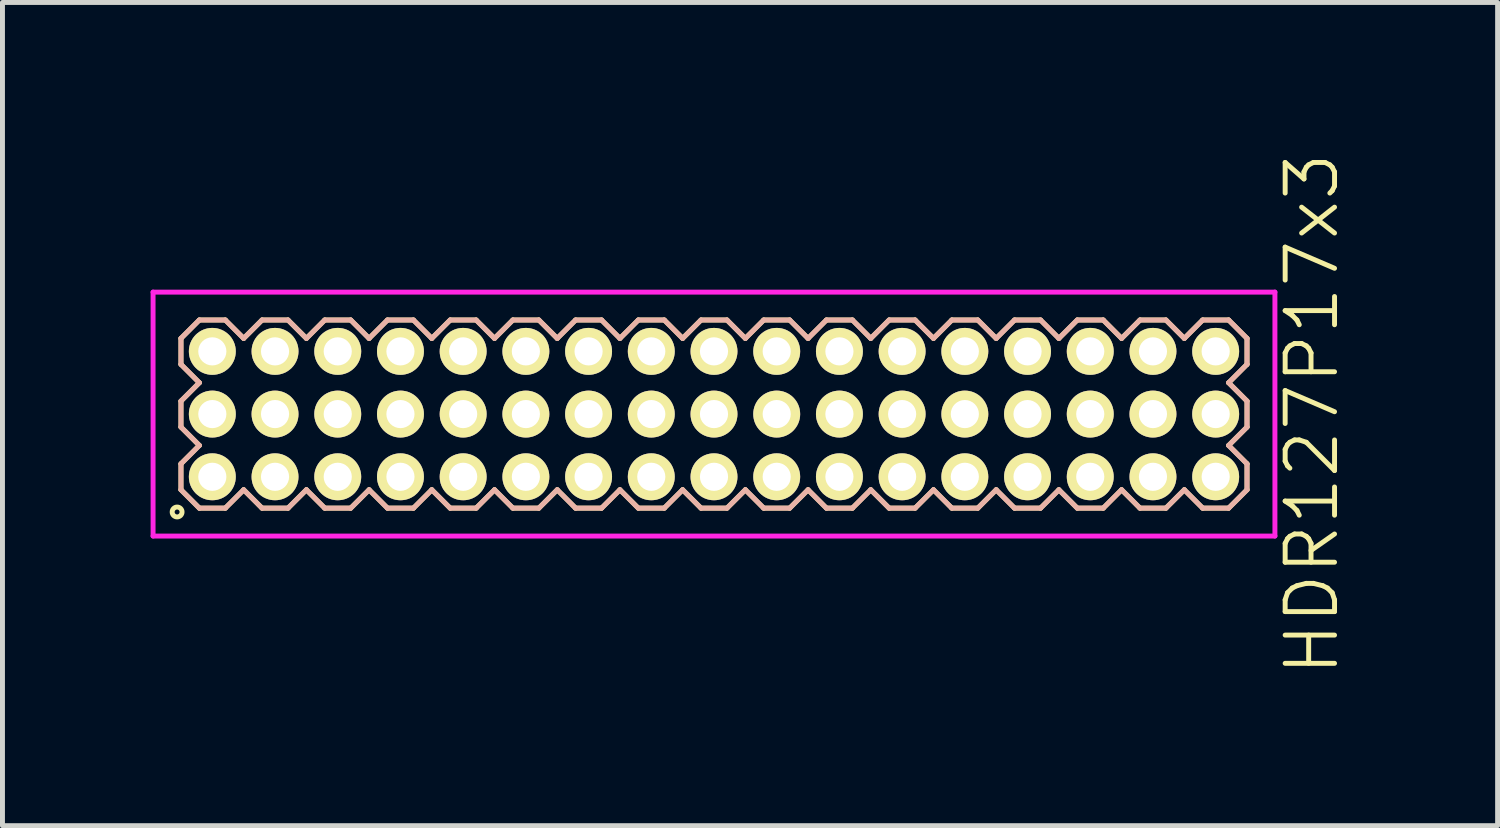
<source format=kicad_pcb>
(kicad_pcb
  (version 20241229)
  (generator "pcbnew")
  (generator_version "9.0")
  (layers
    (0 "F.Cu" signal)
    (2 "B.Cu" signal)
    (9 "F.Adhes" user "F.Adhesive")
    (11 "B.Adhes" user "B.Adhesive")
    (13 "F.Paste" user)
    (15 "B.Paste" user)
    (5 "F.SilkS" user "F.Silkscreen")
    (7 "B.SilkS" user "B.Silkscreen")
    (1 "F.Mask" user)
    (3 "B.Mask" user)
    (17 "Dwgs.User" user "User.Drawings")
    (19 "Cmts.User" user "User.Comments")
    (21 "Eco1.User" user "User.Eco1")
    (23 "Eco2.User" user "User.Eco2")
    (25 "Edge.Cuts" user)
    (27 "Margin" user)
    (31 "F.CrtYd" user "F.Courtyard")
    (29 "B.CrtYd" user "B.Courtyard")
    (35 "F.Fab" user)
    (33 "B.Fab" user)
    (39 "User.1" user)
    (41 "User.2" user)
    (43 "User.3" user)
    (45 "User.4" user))
  (footprint "HDR127P17x3"
    (layer "F.Cu")
    (at 11.41 5.336)
    (property "Reference" "HDR127P17x3" (at 12.11 0 90) (layer "F.SilkS") (effects (font (size 1 1) (thickness 0.1))))
    (attr through_hole)
    (fp_line (start -10.795 -1.533) (end -10.423 -1.905) (stroke (width 0.1) (type solid)) (layer "F.SilkS"))
    (fp_line (start -10.795 -1.007) (end -10.795 -1.533) (stroke (width 0.1) (type solid)) (layer "F.SilkS"))
    (fp_line (start -10.795 -0.263) (end -10.423 -0.635) (stroke (width 0.1) (type solid)) (layer "F.SilkS"))
    (fp_line (start -10.795 0.263) (end -10.795 -0.263) (stroke (width 0.1) (type solid)) (layer "F.SilkS"))
    (fp_line (start -10.795 1.007) (end -10.423 0.635) (stroke (width 0.1) (type solid)) (layer "F.SilkS"))
    (fp_line (start -10.795 1.533) (end -10.795 1.007) (stroke (width 0.1) (type solid)) (layer "F.SilkS"))
    (fp_line (start -10.423 -1.905) (end -9.897 -1.905) (stroke (width 0.1) (type solid)) (layer "F.SilkS"))
    (fp_line (start -10.423 -0.635) (end -10.795 -1.007) (stroke (width 0.1) (type solid)) (layer "F.SilkS"))
    (fp_line (start -10.423 0.635) (end -10.795 0.263) (stroke (width 0.1) (type solid)) (layer "F.SilkS"))
    (fp_line (start -10.423 1.905) (end -10.795 1.533) (stroke (width 0.1) (type solid)) (layer "F.SilkS"))
    (fp_line (start -9.897 -1.905) (end -9.525 -1.533) (stroke (width 0.1) (type solid)) (layer "F.SilkS"))
    (fp_line (start -9.897 1.905) (end -10.423 1.905) (stroke (width 0.1) (type solid)) (layer "F.SilkS"))
    (fp_line (start -9.525 -1.533) (end -9.153 -1.905) (stroke (width 0.1) (type solid)) (layer "F.SilkS"))
    (fp_line (start -9.525 1.533) (end -9.897 1.905) (stroke (width 0.1) (type solid)) (layer "F.SilkS"))
    (fp_line (start -9.153 -1.905) (end -8.627 -1.905) (stroke (width 0.1) (type solid)) (layer "F.SilkS"))
    (fp_line (start -9.153 1.905) (end -9.525 1.533) (stroke (width 0.1) (type solid)) (layer "F.SilkS"))
    (fp_line (start -8.627 -1.905) (end -8.255 -1.533) (stroke (width 0.1) (type solid)) (layer "F.SilkS"))
    (fp_line (start -8.627 1.905) (end -9.153 1.905) (stroke (width 0.1) (type solid)) (layer "F.SilkS"))
    (fp_line (start -8.255 -1.533) (end -7.883 -1.905) (stroke (width 0.1) (type solid)) (layer "F.SilkS"))
    (fp_line (start -8.255 1.533) (end -8.627 1.905) (stroke (width 0.1) (type solid)) (layer "F.SilkS"))
    (fp_line (start -7.883 -1.905) (end -7.357 -1.905) (stroke (width 0.1) (type solid)) (layer "F.SilkS"))
    (fp_line (start -7.883 1.905) (end -8.255 1.533) (stroke (width 0.1) (type solid)) (layer "F.SilkS"))
    (fp_line (start -7.357 -1.905) (end -6.985 -1.533) (stroke (width 0.1) (type solid)) (layer "F.SilkS"))
    (fp_line (start -7.357 1.905) (end -7.883 1.905) (stroke (width 0.1) (type solid)) (layer "F.SilkS"))
    (fp_line (start -6.985 -1.533) (end -6.613 -1.905) (stroke (width 0.1) (type solid)) (layer "F.SilkS"))
    (fp_line (start -6.985 1.533) (end -7.357 1.905) (stroke (width 0.1) (type solid)) (layer "F.SilkS"))
    (fp_line (start -6.613 -1.905) (end -6.087 -1.905) (stroke (width 0.1) (type solid)) (layer "F.SilkS"))
    (fp_line (start -6.613 1.905) (end -6.985 1.533) (stroke (width 0.1) (type solid)) (layer "F.SilkS"))
    (fp_line (start -6.087 -1.905) (end -5.715 -1.533) (stroke (width 0.1) (type solid)) (layer "F.SilkS"))
    (fp_line (start -6.087 1.905) (end -6.613 1.905) (stroke (width 0.1) (type solid)) (layer "F.SilkS"))
    (fp_line (start -5.715 -1.533) (end -5.343 -1.905) (stroke (width 0.1) (type solid)) (layer "F.SilkS"))
    (fp_line (start -5.715 1.533) (end -6.087 1.905) (stroke (width 0.1) (type solid)) (layer "F.SilkS"))
    (fp_line (start -5.343 -1.905) (end -4.817 -1.905) (stroke (width 0.1) (type solid)) (layer "F.SilkS"))
    (fp_line (start -5.343 1.905) (end -5.715 1.533) (stroke (width 0.1) (type solid)) (layer "F.SilkS"))
    (fp_line (start -4.817 -1.905) (end -4.445 -1.533) (stroke (width 0.1) (type solid)) (layer "F.SilkS"))
    (fp_line (start -4.817 1.905) (end -5.343 1.905) (stroke (width 0.1) (type solid)) (layer "F.SilkS"))
    (fp_line (start -4.445 -1.533) (end -4.073 -1.905) (stroke (width 0.1) (type solid)) (layer "F.SilkS"))
    (fp_line (start -4.445 1.533) (end -4.817 1.905) (stroke (width 0.1) (type solid)) (layer "F.SilkS"))
    (fp_line (start -4.073 -1.905) (end -3.547 -1.905) (stroke (width 0.1) (type solid)) (layer "F.SilkS"))
    (fp_line (start -4.073 1.905) (end -4.445 1.533) (stroke (width 0.1) (type solid)) (layer "F.SilkS"))
    (fp_line (start -3.547 -1.905) (end -3.175 -1.533) (stroke (width 0.1) (type solid)) (layer "F.SilkS"))
    (fp_line (start -3.547 1.905) (end -4.073 1.905) (stroke (width 0.1) (type solid)) (layer "F.SilkS"))
    (fp_line (start -3.175 -1.533) (end -2.803 -1.905) (stroke (width 0.1) (type solid)) (layer "F.SilkS"))
    (fp_line (start -3.175 1.533) (end -3.547 1.905) (stroke (width 0.1) (type solid)) (layer "F.SilkS"))
    (fp_line (start -2.803 -1.905) (end -2.277 -1.905) (stroke (width 0.1) (type solid)) (layer "F.SilkS"))
    (fp_line (start -2.803 1.905) (end -3.175 1.533) (stroke (width 0.1) (type solid)) (layer "F.SilkS"))
    (fp_line (start -2.277 -1.905) (end -1.905 -1.533) (stroke (width 0.1) (type solid)) (layer "F.SilkS"))
    (fp_line (start -2.277 1.905) (end -2.803 1.905) (stroke (width 0.1) (type solid)) (layer "F.SilkS"))
    (fp_line (start -1.905 -1.533) (end -1.533 -1.905) (stroke (width 0.1) (type solid)) (layer "F.SilkS"))
    (fp_line (start -1.905 1.533) (end -2.277 1.905) (stroke (width 0.1) (type solid)) (layer "F.SilkS"))
    (fp_line (start -1.533 -1.905) (end -1.007 -1.905) (stroke (width 0.1) (type solid)) (layer "F.SilkS"))
    (fp_line (start -1.533 1.905) (end -1.905 1.533) (stroke (width 0.1) (type solid)) (layer "F.SilkS"))
    (fp_line (start -1.007 -1.905) (end -0.635 -1.533) (stroke (width 0.1) (type solid)) (layer "F.SilkS"))
    (fp_line (start -1.007 1.905) (end -1.533 1.905) (stroke (width 0.1) (type solid)) (layer "F.SilkS"))
    (fp_line (start -0.635 -1.533) (end -0.263 -1.905) (stroke (width 0.1) (type solid)) (layer "F.SilkS"))
    (fp_line (start -0.635 1.533) (end -1.007 1.905) (stroke (width 0.1) (type solid)) (layer "F.SilkS"))
    (fp_line (start -0.263 -1.905) (end 0.263 -1.905) (stroke (width 0.1) (type solid)) (layer "F.SilkS"))
    (fp_line (start -0.263 1.905) (end -0.635 1.533) (stroke (width 0.1) (type solid)) (layer "F.SilkS"))
    (fp_line (start 0.263 -1.905) (end 0.635 -1.533) (stroke (width 0.1) (type solid)) (layer "F.SilkS"))
    (fp_line (start 0.263 1.905) (end -0.263 1.905) (stroke (width 0.1) (type solid)) (layer "F.SilkS"))
    (fp_line (start 0.635 -1.533) (end 1.007 -1.905) (stroke (width 0.1) (type solid)) (layer "F.SilkS"))
    (fp_line (start 0.635 1.533) (end 0.263 1.905) (stroke (width 0.1) (type solid)) (layer "F.SilkS"))
    (fp_line (start 1.007 -1.905) (end 1.533 -1.905) (stroke (width 0.1) (type solid)) (layer "F.SilkS"))
    (fp_line (start 1.007 1.905) (end 0.635 1.533) (stroke (width 0.1) (type solid)) (layer "F.SilkS"))
    (fp_line (start 1.533 -1.905) (end 1.905 -1.533) (stroke (width 0.1) (type solid)) (layer "F.SilkS"))
    (fp_line (start 1.533 1.905) (end 1.007 1.905) (stroke (width 0.1) (type solid)) (layer "F.SilkS"))
    (fp_line (start 1.905 -1.533) (end 2.277 -1.905) (stroke (width 0.1) (type solid)) (layer "F.SilkS"))
    (fp_line (start 1.905 1.533) (end 1.533 1.905) (stroke (width 0.1) (type solid)) (layer "F.SilkS"))
    (fp_line (start 2.277 -1.905) (end 2.803 -1.905) (stroke (width 0.1) (type solid)) (layer "F.SilkS"))
    (fp_line (start 2.277 1.905) (end 1.905 1.533) (stroke (width 0.1) (type solid)) (layer "F.SilkS"))
    (fp_line (start 2.803 -1.905) (end 3.175 -1.533) (stroke (width 0.1) (type solid)) (layer "F.SilkS"))
    (fp_line (start 2.803 1.905) (end 2.277 1.905) (stroke (width 0.1) (type solid)) (layer "F.SilkS"))
    (fp_line (start 3.175 -1.533) (end 3.547 -1.905) (stroke (width 0.1) (type solid)) (layer "F.SilkS"))
    (fp_line (start 3.175 1.533) (end 2.803 1.905) (stroke (width 0.1) (type solid)) (layer "F.SilkS"))
    (fp_line (start 3.547 -1.905) (end 4.073 -1.905) (stroke (width 0.1) (type solid)) (layer "F.SilkS"))
    (fp_line (start 3.547 1.905) (end 3.175 1.533) (stroke (width 0.1) (type solid)) (layer "F.SilkS"))
    (fp_line (start 4.073 -1.905) (end 4.445 -1.533) (stroke (width 0.1) (type solid)) (layer "F.SilkS"))
    (fp_line (start 4.073 1.905) (end 3.547 1.905) (stroke (width 0.1) (type solid)) (layer "F.SilkS"))
    (fp_line (start 4.445 -1.533) (end 4.817 -1.905) (stroke (width 0.1) (type solid)) (layer "F.SilkS"))
    (fp_line (start 4.445 1.533) (end 4.073 1.905) (stroke (width 0.1) (type solid)) (layer "F.SilkS"))
    (fp_line (start 4.817 -1.905) (end 5.343 -1.905) (stroke (width 0.1) (type solid)) (layer "F.SilkS"))
    (fp_line (start 4.817 1.905) (end 4.445 1.533) (stroke (width 0.1) (type solid)) (layer "F.SilkS"))
    (fp_line (start 5.343 -1.905) (end 5.715 -1.533) (stroke (width 0.1) (type solid)) (layer "F.SilkS"))
    (fp_line (start 5.343 1.905) (end 4.817 1.905) (stroke (width 0.1) (type solid)) (layer "F.SilkS"))
    (fp_line (start 5.715 -1.533) (end 6.087 -1.905) (stroke (width 0.1) (type solid)) (layer "F.SilkS"))
    (fp_line (start 5.715 1.533) (end 5.343 1.905) (stroke (width 0.1) (type solid)) (layer "F.SilkS"))
    (fp_line (start 6.087 -1.905) (end 6.613 -1.905) (stroke (width 0.1) (type solid)) (layer "F.SilkS"))
    (fp_line (start 6.087 1.905) (end 5.715 1.533) (stroke (width 0.1) (type solid)) (layer "F.SilkS"))
    (fp_line (start 6.613 -1.905) (end 6.985 -1.533) (stroke (width 0.1) (type solid)) (layer "F.SilkS"))
    (fp_line (start 6.613 1.905) (end 6.087 1.905) (stroke (width 0.1) (type solid)) (layer "F.SilkS"))
    (fp_line (start 6.985 -1.533) (end 7.357 -1.905) (stroke (width 0.1) (type solid)) (layer "F.SilkS"))
    (fp_line (start 6.985 1.533) (end 6.613 1.905) (stroke (width 0.1) (type solid)) (layer "F.SilkS"))
    (fp_line (start 7.357 -1.905) (end 7.883 -1.905) (stroke (width 0.1) (type solid)) (layer "F.SilkS"))
    (fp_line (start 7.357 1.905) (end 6.985 1.533) (stroke (width 0.1) (type solid)) (layer "F.SilkS"))
    (fp_line (start 7.883 -1.905) (end 8.255 -1.533) (stroke (width 0.1) (type solid)) (layer "F.SilkS"))
    (fp_line (start 7.883 1.905) (end 7.357 1.905) (stroke (width 0.1) (type solid)) (layer "F.SilkS"))
    (fp_line (start 8.255 -1.533) (end 8.627 -1.905) (stroke (width 0.1) (type solid)) (layer "F.SilkS"))
    (fp_line (start 8.255 1.533) (end 7.883 1.905) (stroke (width 0.1) (type solid)) (layer "F.SilkS"))
    (fp_line (start 8.627 -1.905) (end 9.153 -1.905) (stroke (width 0.1) (type solid)) (layer "F.SilkS"))
    (fp_line (start 8.627 1.905) (end 8.255 1.533) (stroke (width 0.1) (type solid)) (layer "F.SilkS"))
    (fp_line (start 9.153 -1.905) (end 9.525 -1.533) (stroke (width 0.1) (type solid)) (layer "F.SilkS"))
    (fp_line (start 9.153 1.905) (end 8.627 1.905) (stroke (width 0.1) (type solid)) (layer "F.SilkS"))
    (fp_line (start 9.525 -1.533) (end 9.897 -1.905) (stroke (width 0.1) (type solid)) (layer "F.SilkS"))
    (fp_line (start 9.525 1.533) (end 9.153 1.905) (stroke (width 0.1) (type solid)) (layer "F.SilkS"))
    (fp_line (start 9.897 -1.905) (end 10.423 -1.905) (stroke (width 0.1) (type solid)) (layer "F.SilkS"))
    (fp_line (start 9.897 1.905) (end 9.525 1.533) (stroke (width 0.1) (type solid)) (layer "F.SilkS"))
    (fp_line (start 10.423 -1.905) (end 10.795 -1.533) (stroke (width 0.1) (type solid)) (layer "F.SilkS"))
    (fp_line (start 10.423 -0.635) (end 10.795 -0.263) (stroke (width 0.1) (type solid)) (layer "F.SilkS"))
    (fp_line (start 10.423 0.635) (end 10.795 1.007) (stroke (width 0.1) (type solid)) (layer "F.SilkS"))
    (fp_line (start 10.423 1.905) (end 9.897 1.905) (stroke (width 0.1) (type solid)) (layer "F.SilkS"))
    (fp_line (start 10.795 -1.533) (end 10.795 -1.007) (stroke (width 0.1) (type solid)) (layer "F.SilkS"))
    (fp_line (start 10.795 -1.007) (end 10.423 -0.635) (stroke (width 0.1) (type solid)) (layer "F.SilkS"))
    (fp_line (start 10.795 -0.263) (end 10.795 0.263) (stroke (width 0.1) (type solid)) (layer "F.SilkS"))
    (fp_line (start 10.795 0.263) (end 10.423 0.635) (stroke (width 0.1) (type solid)) (layer "F.SilkS"))
    (fp_line (start 10.795 1.007) (end 10.795 1.533) (stroke (width 0.1) (type solid)) (layer "F.SilkS"))
    (fp_line (start 10.795 1.533) (end 10.423 1.905) (stroke (width 0.1) (type solid)) (layer "F.SilkS"))
    (fp_circle (center -10.873 1.983) (end -10.773 1.983) (stroke (width 0.1) (type solid)) (fill no) (layer "F.SilkS"))
    (fp_line (start -10.795 -1.533) (end -10.423 -1.905) (stroke (width 0.1) (type solid)) (layer "B.SilkS"))
    (fp_line (start -10.795 -1.007) (end -10.795 -1.533) (stroke (width 0.1) (type solid)) (layer "B.SilkS"))
    (fp_line (start -10.795 -0.263) (end -10.423 -0.635) (stroke (width 0.1) (type solid)) (layer "B.SilkS"))
    (fp_line (start -10.795 0.263) (end -10.795 -0.263) (stroke (width 0.1) (type solid)) (layer "B.SilkS"))
    (fp_line (start -10.795 1.007) (end -10.423 0.635) (stroke (width 0.1) (type solid)) (layer "B.SilkS"))
    (fp_line (start -10.795 1.533) (end -10.795 1.007) (stroke (width 0.1) (type solid)) (layer "B.SilkS"))
    (fp_line (start -10.423 -1.905) (end -9.897 -1.905) (stroke (width 0.1) (type solid)) (layer "B.SilkS"))
    (fp_line (start -10.423 -0.635) (end -10.795 -1.007) (stroke (width 0.1) (type solid)) (layer "B.SilkS"))
    (fp_line (start -10.423 0.635) (end -10.795 0.263) (stroke (width 0.1) (type solid)) (layer "B.SilkS"))
    (fp_line (start -10.423 1.905) (end -10.795 1.533) (stroke (width 0.1) (type solid)) (layer "B.SilkS"))
    (fp_line (start -9.897 -1.905) (end -9.525 -1.533) (stroke (width 0.1) (type solid)) (layer "B.SilkS"))
    (fp_line (start -9.897 1.905) (end -10.423 1.905) (stroke (width 0.1) (type solid)) (layer "B.SilkS"))
    (fp_line (start -9.525 -1.533) (end -9.153 -1.905) (stroke (width 0.1) (type solid)) (layer "B.SilkS"))
    (fp_line (start -9.525 1.533) (end -9.897 1.905) (stroke (width 0.1) (type solid)) (layer "B.SilkS"))
    (fp_line (start -9.153 -1.905) (end -8.627 -1.905) (stroke (width 0.1) (type solid)) (layer "B.SilkS"))
    (fp_line (start -9.153 1.905) (end -9.525 1.533) (stroke (width 0.1) (type solid)) (layer "B.SilkS"))
    (fp_line (start -8.627 -1.905) (end -8.255 -1.533) (stroke (width 0.1) (type solid)) (layer "B.SilkS"))
    (fp_line (start -8.627 1.905) (end -9.153 1.905) (stroke (width 0.1) (type solid)) (layer "B.SilkS"))
    (fp_line (start -8.255 -1.533) (end -7.883 -1.905) (stroke (width 0.1) (type solid)) (layer "B.SilkS"))
    (fp_line (start -8.255 1.533) (end -8.627 1.905) (stroke (width 0.1) (type solid)) (layer "B.SilkS"))
    (fp_line (start -7.883 -1.905) (end -7.357 -1.905) (stroke (width 0.1) (type solid)) (layer "B.SilkS"))
    (fp_line (start -7.883 1.905) (end -8.255 1.533) (stroke (width 0.1) (type solid)) (layer "B.SilkS"))
    (fp_line (start -7.357 -1.905) (end -6.985 -1.533) (stroke (width 0.1) (type solid)) (layer "B.SilkS"))
    (fp_line (start -7.357 1.905) (end -7.883 1.905) (stroke (width 0.1) (type solid)) (layer "B.SilkS"))
    (fp_line (start -6.985 -1.533) (end -6.613 -1.905) (stroke (width 0.1) (type solid)) (layer "B.SilkS"))
    (fp_line (start -6.985 1.533) (end -7.357 1.905) (stroke (width 0.1) (type solid)) (layer "B.SilkS"))
    (fp_line (start -6.613 -1.905) (end -6.087 -1.905) (stroke (width 0.1) (type solid)) (layer "B.SilkS"))
    (fp_line (start -6.613 1.905) (end -6.985 1.533) (stroke (width 0.1) (type solid)) (layer "B.SilkS"))
    (fp_line (start -6.087 -1.905) (end -5.715 -1.533) (stroke (width 0.1) (type solid)) (layer "B.SilkS"))
    (fp_line (start -6.087 1.905) (end -6.613 1.905) (stroke (width 0.1) (type solid)) (layer "B.SilkS"))
    (fp_line (start -5.715 -1.533) (end -5.343 -1.905) (stroke (width 0.1) (type solid)) (layer "B.SilkS"))
    (fp_line (start -5.715 1.533) (end -6.087 1.905) (stroke (width 0.1) (type solid)) (layer "B.SilkS"))
    (fp_line (start -5.343 -1.905) (end -4.817 -1.905) (stroke (width 0.1) (type solid)) (layer "B.SilkS"))
    (fp_line (start -5.343 1.905) (end -5.715 1.533) (stroke (width 0.1) (type solid)) (layer "B.SilkS"))
    (fp_line (start -4.817 -1.905) (end -4.445 -1.533) (stroke (width 0.1) (type solid)) (layer "B.SilkS"))
    (fp_line (start -4.817 1.905) (end -5.343 1.905) (stroke (width 0.1) (type solid)) (layer "B.SilkS"))
    (fp_line (start -4.445 -1.533) (end -4.073 -1.905) (stroke (width 0.1) (type solid)) (layer "B.SilkS"))
    (fp_line (start -4.445 1.533) (end -4.817 1.905) (stroke (width 0.1) (type solid)) (layer "B.SilkS"))
    (fp_line (start -4.073 -1.905) (end -3.547 -1.905) (stroke (width 0.1) (type solid)) (layer "B.SilkS"))
    (fp_line (start -4.073 1.905) (end -4.445 1.533) (stroke (width 0.1) (type solid)) (layer "B.SilkS"))
    (fp_line (start -3.547 -1.905) (end -3.175 -1.533) (stroke (width 0.1) (type solid)) (layer "B.SilkS"))
    (fp_line (start -3.547 1.905) (end -4.073 1.905) (stroke (width 0.1) (type solid)) (layer "B.SilkS"))
    (fp_line (start -3.175 -1.533) (end -2.803 -1.905) (stroke (width 0.1) (type solid)) (layer "B.SilkS"))
    (fp_line (start -3.175 1.533) (end -3.547 1.905) (stroke (width 0.1) (type solid)) (layer "B.SilkS"))
    (fp_line (start -2.803 -1.905) (end -2.277 -1.905) (stroke (width 0.1) (type solid)) (layer "B.SilkS"))
    (fp_line (start -2.803 1.905) (end -3.175 1.533) (stroke (width 0.1) (type solid)) (layer "B.SilkS"))
    (fp_line (start -2.277 -1.905) (end -1.905 -1.533) (stroke (width 0.1) (type solid)) (layer "B.SilkS"))
    (fp_line (start -2.277 1.905) (end -2.803 1.905) (stroke (width 0.1) (type solid)) (layer "B.SilkS"))
    (fp_line (start -1.905 -1.533) (end -1.533 -1.905) (stroke (width 0.1) (type solid)) (layer "B.SilkS"))
    (fp_line (start -1.905 1.533) (end -2.277 1.905) (stroke (width 0.1) (type solid)) (layer "B.SilkS"))
    (fp_line (start -1.533 -1.905) (end -1.007 -1.905) (stroke (width 0.1) (type solid)) (layer "B.SilkS"))
    (fp_line (start -1.533 1.905) (end -1.905 1.533) (stroke (width 0.1) (type solid)) (layer "B.SilkS"))
    (fp_line (start -1.007 -1.905) (end -0.635 -1.533) (stroke (width 0.1) (type solid)) (layer "B.SilkS"))
    (fp_line (start -1.007 1.905) (end -1.533 1.905) (stroke (width 0.1) (type solid)) (layer "B.SilkS"))
    (fp_line (start -0.635 -1.533) (end -0.263 -1.905) (stroke (width 0.1) (type solid)) (layer "B.SilkS"))
    (fp_line (start -0.635 1.533) (end -1.007 1.905) (stroke (width 0.1) (type solid)) (layer "B.SilkS"))
    (fp_line (start -0.263 -1.905) (end 0.263 -1.905) (stroke (width 0.1) (type solid)) (layer "B.SilkS"))
    (fp_line (start -0.263 1.905) (end -0.635 1.533) (stroke (width 0.1) (type solid)) (layer "B.SilkS"))
    (fp_line (start 0.263 -1.905) (end 0.635 -1.533) (stroke (width 0.1) (type solid)) (layer "B.SilkS"))
    (fp_line (start 0.263 1.905) (end -0.263 1.905) (stroke (width 0.1) (type solid)) (layer "B.SilkS"))
    (fp_line (start 0.635 -1.533) (end 1.007 -1.905) (stroke (width 0.1) (type solid)) (layer "B.SilkS"))
    (fp_line (start 0.635 1.533) (end 0.263 1.905) (stroke (width 0.1) (type solid)) (layer "B.SilkS"))
    (fp_line (start 1.007 -1.905) (end 1.533 -1.905) (stroke (width 0.1) (type solid)) (layer "B.SilkS"))
    (fp_line (start 1.007 1.905) (end 0.635 1.533) (stroke (width 0.1) (type solid)) (layer "B.SilkS"))
    (fp_line (start 1.533 -1.905) (end 1.905 -1.533) (stroke (width 0.1) (type solid)) (layer "B.SilkS"))
    (fp_line (start 1.533 1.905) (end 1.007 1.905) (stroke (width 0.1) (type solid)) (layer "B.SilkS"))
    (fp_line (start 1.905 -1.533) (end 2.277 -1.905) (stroke (width 0.1) (type solid)) (layer "B.SilkS"))
    (fp_line (start 1.905 1.533) (end 1.533 1.905) (stroke (width 0.1) (type solid)) (layer "B.SilkS"))
    (fp_line (start 2.277 -1.905) (end 2.803 -1.905) (stroke (width 0.1) (type solid)) (layer "B.SilkS"))
    (fp_line (start 2.277 1.905) (end 1.905 1.533) (stroke (width 0.1) (type solid)) (layer "B.SilkS"))
    (fp_line (start 2.803 -1.905) (end 3.175 -1.533) (stroke (width 0.1) (type solid)) (layer "B.SilkS"))
    (fp_line (start 2.803 1.905) (end 2.277 1.905) (stroke (width 0.1) (type solid)) (layer "B.SilkS"))
    (fp_line (start 3.175 -1.533) (end 3.547 -1.905) (stroke (width 0.1) (type solid)) (layer "B.SilkS"))
    (fp_line (start 3.175 1.533) (end 2.803 1.905) (stroke (width 0.1) (type solid)) (layer "B.SilkS"))
    (fp_line (start 3.547 -1.905) (end 4.073 -1.905) (stroke (width 0.1) (type solid)) (layer "B.SilkS"))
    (fp_line (start 3.547 1.905) (end 3.175 1.533) (stroke (width 0.1) (type solid)) (layer "B.SilkS"))
    (fp_line (start 4.073 -1.905) (end 4.445 -1.533) (stroke (width 0.1) (type solid)) (layer "B.SilkS"))
    (fp_line (start 4.073 1.905) (end 3.547 1.905) (stroke (width 0.1) (type solid)) (layer "B.SilkS"))
    (fp_line (start 4.445 -1.533) (end 4.817 -1.905) (stroke (width 0.1) (type solid)) (layer "B.SilkS"))
    (fp_line (start 4.445 1.533) (end 4.073 1.905) (stroke (width 0.1) (type solid)) (layer "B.SilkS"))
    (fp_line (start 4.817 -1.905) (end 5.343 -1.905) (stroke (width 0.1) (type solid)) (layer "B.SilkS"))
    (fp_line (start 4.817 1.905) (end 4.445 1.533) (stroke (width 0.1) (type solid)) (layer "B.SilkS"))
    (fp_line (start 5.343 -1.905) (end 5.715 -1.533) (stroke (width 0.1) (type solid)) (layer "B.SilkS"))
    (fp_line (start 5.343 1.905) (end 4.817 1.905) (stroke (width 0.1) (type solid)) (layer "B.SilkS"))
    (fp_line (start 5.715 -1.533) (end 6.087 -1.905) (stroke (width 0.1) (type solid)) (layer "B.SilkS"))
    (fp_line (start 5.715 1.533) (end 5.343 1.905) (stroke (width 0.1) (type solid)) (layer "B.SilkS"))
    (fp_line (start 6.087 -1.905) (end 6.613 -1.905) (stroke (width 0.1) (type solid)) (layer "B.SilkS"))
    (fp_line (start 6.087 1.905) (end 5.715 1.533) (stroke (width 0.1) (type solid)) (layer "B.SilkS"))
    (fp_line (start 6.613 -1.905) (end 6.985 -1.533) (stroke (width 0.1) (type solid)) (layer "B.SilkS"))
    (fp_line (start 6.613 1.905) (end 6.087 1.905) (stroke (width 0.1) (type solid)) (layer "B.SilkS"))
    (fp_line (start 6.985 -1.533) (end 7.357 -1.905) (stroke (width 0.1) (type solid)) (layer "B.SilkS"))
    (fp_line (start 6.985 1.533) (end 6.613 1.905) (stroke (width 0.1) (type solid)) (layer "B.SilkS"))
    (fp_line (start 7.357 -1.905) (end 7.883 -1.905) (stroke (width 0.1) (type solid)) (layer "B.SilkS"))
    (fp_line (start 7.357 1.905) (end 6.985 1.533) (stroke (width 0.1) (type solid)) (layer "B.SilkS"))
    (fp_line (start 7.883 -1.905) (end 8.255 -1.533) (stroke (width 0.1) (type solid)) (layer "B.SilkS"))
    (fp_line (start 7.883 1.905) (end 7.357 1.905) (stroke (width 0.1) (type solid)) (layer "B.SilkS"))
    (fp_line (start 8.255 -1.533) (end 8.627 -1.905) (stroke (width 0.1) (type solid)) (layer "B.SilkS"))
    (fp_line (start 8.255 1.533) (end 7.883 1.905) (stroke (width 0.1) (type solid)) (layer "B.SilkS"))
    (fp_line (start 8.627 -1.905) (end 9.153 -1.905) (stroke (width 0.1) (type solid)) (layer "B.SilkS"))
    (fp_line (start 8.627 1.905) (end 8.255 1.533) (stroke (width 0.1) (type solid)) (layer "B.SilkS"))
    (fp_line (start 9.153 -1.905) (end 9.525 -1.533) (stroke (width 0.1) (type solid)) (layer "B.SilkS"))
    (fp_line (start 9.153 1.905) (end 8.627 1.905) (stroke (width 0.1) (type solid)) (layer "B.SilkS"))
    (fp_line (start 9.525 -1.533) (end 9.897 -1.905) (stroke (width 0.1) (type solid)) (layer "B.SilkS"))
    (fp_line (start 9.525 1.533) (end 9.153 1.905) (stroke (width 0.1) (type solid)) (layer "B.SilkS"))
    (fp_line (start 9.897 -1.905) (end 10.423 -1.905) (stroke (width 0.1) (type solid)) (layer "B.SilkS"))
    (fp_line (start 9.897 1.905) (end 9.525 1.533) (stroke (width 0.1) (type solid)) (layer "B.SilkS"))
    (fp_line (start 10.423 -1.905) (end 10.795 -1.533) (stroke (width 0.1) (type solid)) (layer "B.SilkS"))
    (fp_line (start 10.423 -0.635) (end 10.795 -0.263) (stroke (width 0.1) (type solid)) (layer "B.SilkS"))
    (fp_line (start 10.423 0.635) (end 10.795 1.007) (stroke (width 0.1) (type solid)) (layer "B.SilkS"))
    (fp_line (start 10.423 1.905) (end 9.897 1.905) (stroke (width 0.1) (type solid)) (layer "B.SilkS"))
    (fp_line (start 10.795 -1.533) (end 10.795 -1.007) (stroke (width 0.1) (type solid)) (layer "B.SilkS"))
    (fp_line (start 10.795 -1.007) (end 10.423 -0.635) (stroke (width 0.1) (type solid)) (layer "B.SilkS"))
    (fp_line (start 10.795 -0.263) (end 10.795 0.263) (stroke (width 0.1) (type solid)) (layer "B.SilkS"))
    (fp_line (start 10.795 0.263) (end 10.423 0.635) (stroke (width 0.1) (type solid)) (layer "B.SilkS"))
    (fp_line (start 10.795 1.007) (end 10.795 1.533) (stroke (width 0.1) (type solid)) (layer "B.SilkS"))
    (fp_line (start 10.795 1.533) (end 10.423 1.905) (stroke (width 0.1) (type solid)) (layer "B.SilkS"))
    (fp_line (start -11.36 -2.47) (end -11.36 2.47) (stroke (width 0.1) (type solid)) (layer "F.CrtYd"))
    (fp_line (start -11.36 2.47) (end 11.36 2.47) (stroke (width 0.1) (type solid)) (layer "F.CrtYd"))
    (fp_line (start 11.36 -2.47) (end -11.36 -2.47) (stroke (width 0.1) (type solid)) (layer "F.CrtYd"))
    (fp_line (start 11.36 2.47) (end 11.36 -2.47) (stroke (width 0.1) (type solid)) (layer "F.CrtYd"))
    (pad "1" thru_hole oval (at -10.16 1.27) (size 0.95 0.95) (drill 0.57) (layers "*.Cu" "*.Mask" "F.SilkS"))
    (pad "2" thru_hole oval (at -10.16 0) (size 0.95 0.95) (drill 0.57) (layers "*.Cu" "*.Mask" "F.SilkS"))
    (pad "3" thru_hole oval (at -10.16 -1.27) (size 0.95 0.95) (drill 0.57) (layers "*.Cu" "*.Mask" "F.SilkS"))
    (pad "4" thru_hole oval (at -8.89 1.27) (size 0.95 0.95) (drill 0.57) (layers "*.Cu" "*.Mask" "F.SilkS"))
    (pad "5" thru_hole oval (at -8.89 0) (size 0.95 0.95) (drill 0.57) (layers "*.Cu" "*.Mask" "F.SilkS"))
    (pad "6" thru_hole oval (at -8.89 -1.27) (size 0.95 0.95) (drill 0.57) (layers "*.Cu" "*.Mask" "F.SilkS"))
    (pad "7" thru_hole oval (at -7.62 1.27) (size 0.95 0.95) (drill 0.57) (layers "*.Cu" "*.Mask" "F.SilkS"))
    (pad "8" thru_hole oval (at -7.62 0) (size 0.95 0.95) (drill 0.57) (layers "*.Cu" "*.Mask" "F.SilkS"))
    (pad "9" thru_hole oval (at -7.62 -1.27) (size 0.95 0.95) (drill 0.57) (layers "*.Cu" "*.Mask" "F.SilkS"))
    (pad "10" thru_hole oval (at -6.35 1.27) (size 0.95 0.95) (drill 0.57) (layers "*.Cu" "*.Mask" "F.SilkS"))
    (pad "11" thru_hole oval (at -6.35 0) (size 0.95 0.95) (drill 0.57) (layers "*.Cu" "*.Mask" "F.SilkS"))
    (pad "12" thru_hole oval (at -6.35 -1.27) (size 0.95 0.95) (drill 0.57) (layers "*.Cu" "*.Mask" "F.SilkS"))
    (pad "13" thru_hole oval (at -5.08 1.27) (size 0.95 0.95) (drill 0.57) (layers "*.Cu" "*.Mask" "F.SilkS"))
    (pad "14" thru_hole oval (at -5.08 0) (size 0.95 0.95) (drill 0.57) (layers "*.Cu" "*.Mask" "F.SilkS"))
    (pad "15" thru_hole oval (at -5.08 -1.27) (size 0.95 0.95) (drill 0.57) (layers "*.Cu" "*.Mask" "F.SilkS"))
    (pad "16" thru_hole oval (at -3.81 1.27) (size 0.95 0.95) (drill 0.57) (layers "*.Cu" "*.Mask" "F.SilkS"))
    (pad "17" thru_hole oval (at -3.81 0) (size 0.95 0.95) (drill 0.57) (layers "*.Cu" "*.Mask" "F.SilkS"))
    (pad "18" thru_hole oval (at -3.81 -1.27) (size 0.95 0.95) (drill 0.57) (layers "*.Cu" "*.Mask" "F.SilkS"))
    (pad "19" thru_hole oval (at -2.54 1.27) (size 0.95 0.95) (drill 0.57) (layers "*.Cu" "*.Mask" "F.SilkS"))
    (pad "20" thru_hole oval (at -2.54 0) (size 0.95 0.95) (drill 0.57) (layers "*.Cu" "*.Mask" "F.SilkS"))
    (pad "21" thru_hole oval (at -2.54 -1.27) (size 0.95 0.95) (drill 0.57) (layers "*.Cu" "*.Mask" "F.SilkS"))
    (pad "22" thru_hole oval (at -1.27 1.27) (size 0.95 0.95) (drill 0.57) (layers "*.Cu" "*.Mask" "F.SilkS"))
    (pad "23" thru_hole oval (at -1.27 0) (size 0.95 0.95) (drill 0.57) (layers "*.Cu" "*.Mask" "F.SilkS"))
    (pad "24" thru_hole oval (at -1.27 -1.27) (size 0.95 0.95) (drill 0.57) (layers "*.Cu" "*.Mask" "F.SilkS"))
    (pad "25" thru_hole oval (at 0 1.27) (size 0.95 0.95) (drill 0.57) (layers "*.Cu" "*.Mask" "F.SilkS"))
    (pad "26" thru_hole oval (at 0 0) (size 0.95 0.95) (drill 0.57) (layers "*.Cu" "*.Mask" "F.SilkS"))
    (pad "27" thru_hole oval (at 0 -1.27) (size 0.95 0.95) (drill 0.57) (layers "*.Cu" "*.Mask" "F.SilkS"))
    (pad "28" thru_hole oval (at 1.27 1.27) (size 0.95 0.95) (drill 0.57) (layers "*.Cu" "*.Mask" "F.SilkS"))
    (pad "29" thru_hole oval (at 1.27 0) (size 0.95 0.95) (drill 0.57) (layers "*.Cu" "*.Mask" "F.SilkS"))
    (pad "30" thru_hole oval (at 1.27 -1.27) (size 0.95 0.95) (drill 0.57) (layers "*.Cu" "*.Mask" "F.SilkS"))
    (pad "31" thru_hole oval (at 2.54 1.27) (size 0.95 0.95) (drill 0.57) (layers "*.Cu" "*.Mask" "F.SilkS"))
    (pad "32" thru_hole oval (at 2.54 0) (size 0.95 0.95) (drill 0.57) (layers "*.Cu" "*.Mask" "F.SilkS"))
    (pad "33" thru_hole oval (at 2.54 -1.27) (size 0.95 0.95) (drill 0.57) (layers "*.Cu" "*.Mask" "F.SilkS"))
    (pad "34" thru_hole oval (at 3.81 1.27) (size 0.95 0.95) (drill 0.57) (layers "*.Cu" "*.Mask" "F.SilkS"))
    (pad "35" thru_hole oval (at 3.81 0) (size 0.95 0.95) (drill 0.57) (layers "*.Cu" "*.Mask" "F.SilkS"))
    (pad "36" thru_hole oval (at 3.81 -1.27) (size 0.95 0.95) (drill 0.57) (layers "*.Cu" "*.Mask" "F.SilkS"))
    (pad "37" thru_hole oval (at 5.08 1.27) (size 0.95 0.95) (drill 0.57) (layers "*.Cu" "*.Mask" "F.SilkS"))
    (pad "38" thru_hole oval (at 5.08 0) (size 0.95 0.95) (drill 0.57) (layers "*.Cu" "*.Mask" "F.SilkS"))
    (pad "39" thru_hole oval (at 5.08 -1.27) (size 0.95 0.95) (drill 0.57) (layers "*.Cu" "*.Mask" "F.SilkS"))
    (pad "40" thru_hole oval (at 6.35 1.27) (size 0.95 0.95) (drill 0.57) (layers "*.Cu" "*.Mask" "F.SilkS"))
    (pad "41" thru_hole oval (at 6.35 0) (size 0.95 0.95) (drill 0.57) (layers "*.Cu" "*.Mask" "F.SilkS"))
    (pad "42" thru_hole oval (at 6.35 -1.27) (size 0.95 0.95) (drill 0.57) (layers "*.Cu" "*.Mask" "F.SilkS"))
    (pad "43" thru_hole oval (at 7.62 1.27) (size 0.95 0.95) (drill 0.57) (layers "*.Cu" "*.Mask" "F.SilkS"))
    (pad "44" thru_hole oval (at 7.62 0) (size 0.95 0.95) (drill 0.57) (layers "*.Cu" "*.Mask" "F.SilkS"))
    (pad "45" thru_hole oval (at 7.62 -1.27) (size 0.95 0.95) (drill 0.57) (layers "*.Cu" "*.Mask" "F.SilkS"))
    (pad "46" thru_hole oval (at 8.89 1.27) (size 0.95 0.95) (drill 0.57) (layers "*.Cu" "*.Mask" "F.SilkS"))
    (pad "47" thru_hole oval (at 8.89 0) (size 0.95 0.95) (drill 0.57) (layers "*.Cu" "*.Mask" "F.SilkS"))
    (pad "48" thru_hole oval (at 8.89 -1.27) (size 0.95 0.95) (drill 0.57) (layers "*.Cu" "*.Mask" "F.SilkS"))
    (pad "49" thru_hole oval (at 10.16 1.27) (size 0.95 0.95) (drill 0.57) (layers "*.Cu" "*.Mask" "F.SilkS"))
    (pad "50" thru_hole oval (at 10.16 0) (size 0.95 0.95) (drill 0.57) (layers "*.Cu" "*.Mask" "F.SilkS"))
    (pad "51" thru_hole oval (at 10.16 -1.27) (size 0.95 0.95) (drill 0.57) (layers "*.Cu" "*.Mask" "F.SilkS")))
  (gr_rect
    (start -3 -3)
    (end 27.28 13.671)
    (stroke (width 0.1) (type default))
    (fill no)
    (layer "Edge.Cuts")))
</source>
